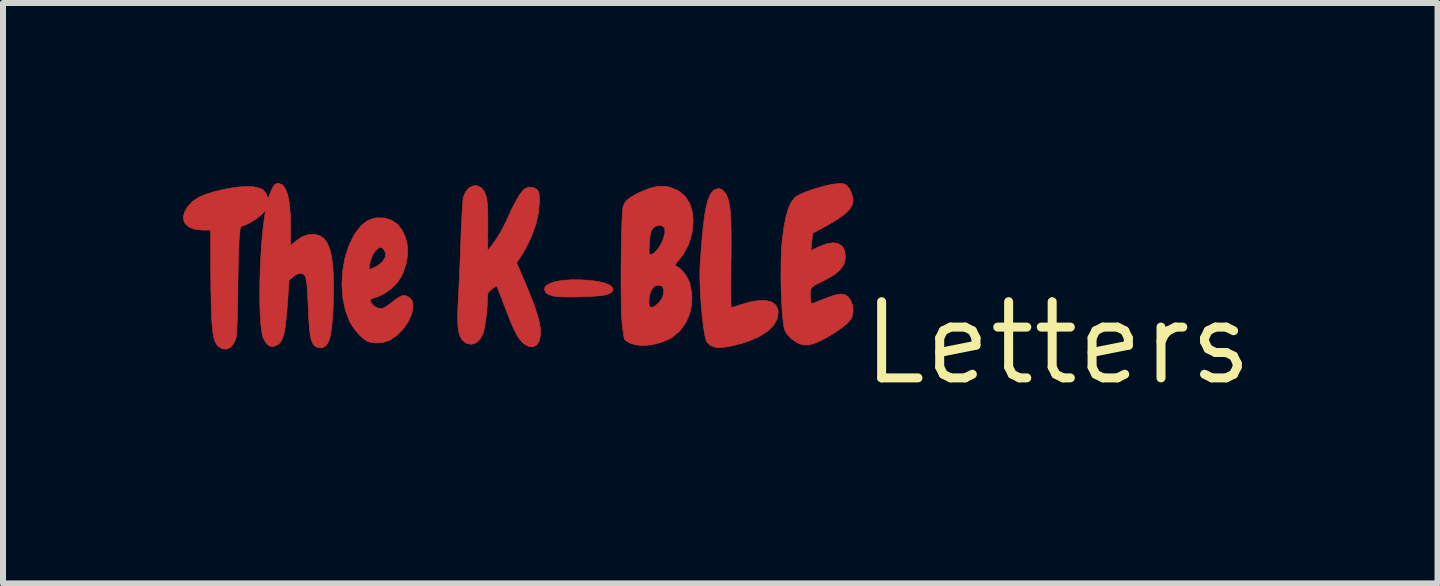
<source format=kicad_pcb>
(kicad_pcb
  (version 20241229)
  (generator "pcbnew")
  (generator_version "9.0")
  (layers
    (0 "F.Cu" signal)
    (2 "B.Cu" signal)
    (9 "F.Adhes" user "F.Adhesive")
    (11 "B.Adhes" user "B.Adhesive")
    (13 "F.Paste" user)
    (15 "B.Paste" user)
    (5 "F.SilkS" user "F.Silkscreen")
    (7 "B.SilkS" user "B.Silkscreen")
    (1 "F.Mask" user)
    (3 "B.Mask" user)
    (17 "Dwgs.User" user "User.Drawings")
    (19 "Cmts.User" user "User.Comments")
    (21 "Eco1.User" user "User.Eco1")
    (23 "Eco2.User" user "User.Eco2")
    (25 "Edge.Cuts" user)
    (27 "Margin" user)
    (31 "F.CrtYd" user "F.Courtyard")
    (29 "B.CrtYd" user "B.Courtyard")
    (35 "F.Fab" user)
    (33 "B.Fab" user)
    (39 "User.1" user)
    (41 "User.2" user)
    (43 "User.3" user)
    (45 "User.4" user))
  (footprint "Letters"
    (layer "F.Cu")
    (at 14.579 2.669)
    (property "Reference" "Letters" (at 0 0 0) (layer "F.SilkS") (effects (font (size 1.27 1.27) (thickness 0.15))))
    (attr through_hole)
    (fp_poly (pts (xy -7.95 -1.055) (xy -7.804 -1.046) (xy -7.668 -1.029) (xy -7.553 -1.003) (xy -7.468 -0.969) (xy -7.457 -0.962) (xy -7.415 -0.919) (xy -7.413 -0.876) (xy -7.45 -0.836) (xy -7.514 -0.808) (xy -7.573 -0.796) (xy -7.665 -0.786) (xy -7.78 -0.778) (xy -7.909 -0.773) (xy -8.042 -0.769) (xy -8.169 -0.769) (xy -8.28 -0.772) (xy -8.368 -0.778) (xy -8.412 -0.785) (xy -8.491 -0.811) (xy -8.535 -0.844) (xy -8.551 -0.891) (xy -8.551 -0.903) (xy -8.543 -0.939) (xy -8.511 -0.969) (xy -8.451 -1) (xy -8.358 -1.028) (xy -8.237 -1.047) (xy -8.098 -1.056) (xy -7.95 -1.055)) (stroke (width 0.01) (type solid)) (fill yes) (layer "F.Cu"))
    (fp_poly (pts (xy -5.595 -2.561) (xy -5.541 -2.505) (xy -5.525 -2.478) (xy -5.502 -2.426) (xy -5.484 -2.367) (xy -5.469 -2.296) (xy -5.457 -2.209) (xy -5.449 -2.102) (xy -5.444 -1.97) (xy -5.441 -1.809) (xy -5.441 -1.615) (xy -5.443 -1.384) (xy -5.444 -1.339) (xy -5.445 -1.166) (xy -5.446 -1.007) (xy -5.446 -0.867) (xy -5.445 -0.751) (xy -5.444 -0.664) (xy -5.442 -0.609) (xy -5.439 -0.593) (xy -5.413 -0.599) (xy -5.36 -0.616) (xy -5.308 -0.633) (xy -5.132 -0.685) (xy -4.981 -0.71) (xy -4.856 -0.709) (xy -4.76 -0.683) (xy -4.695 -0.632) (xy -4.661 -0.555) (xy -4.657 -0.508) (xy -4.677 -0.395) (xy -4.738 -0.29) (xy -4.839 -0.194) (xy -4.976 -0.107) (xy -5.15 -0.032) (xy -5.275 0.008) (xy -5.411 0.043) (xy -5.535 0.066) (xy -5.635 0.076) (xy -5.704 0.071) (xy -5.793 0.037) (xy -5.847 -0.018) (xy -5.861 -0.051) (xy -5.882 -0.137) (xy -5.901 -0.257) (xy -5.919 -0.402) (xy -5.935 -0.563) (xy -5.948 -0.733) (xy -5.957 -0.902) (xy -5.963 -1.062) (xy -5.963 -1.205) (xy -5.96 -1.291) (xy -5.941 -1.565) (xy -5.922 -1.799) (xy -5.901 -1.996) (xy -5.879 -2.159) (xy -5.853 -2.291) (xy -5.825 -2.394) (xy -5.793 -2.471) (xy -5.758 -2.524) (xy -5.726 -2.553) (xy -5.657 -2.577) (xy -5.595 -2.561)) (stroke (width 0.01) (type solid)) (fill yes) (layer "F.Cu"))
    (fp_poly (pts (xy -11.219 -2.086) (xy -11.102 -2.048) (xy -11.004 -1.98) (xy -10.927 -1.885) (xy -10.871 -1.768) (xy -10.84 -1.634) (xy -10.834 -1.488) (xy -10.857 -1.333) (xy -10.909 -1.174) (xy -10.94 -1.107) (xy -11.008 -1.007) (xy -11.104 -0.911) (xy -11.215 -0.83) (xy -11.326 -0.774) (xy -11.346 -0.768) (xy -11.414 -0.746) (xy -11.449 -0.73) (xy -11.458 -0.712) (xy -11.449 -0.686) (xy -11.445 -0.678) (xy -11.396 -0.618) (xy -11.329 -0.582) (xy -11.259 -0.578) (xy -11.257 -0.579) (xy -11.213 -0.599) (xy -11.151 -0.638) (xy -11.089 -0.686) (xy -11.002 -0.752) (xy -10.935 -0.788) (xy -10.88 -0.795) (xy -10.83 -0.775) (xy -10.803 -0.755) (xy -10.765 -0.716) (xy -10.748 -0.674) (xy -10.745 -0.611) (xy -10.745 -0.598) (xy -10.767 -0.48) (xy -10.822 -0.358) (xy -10.904 -0.24) (xy -11.004 -0.136) (xy -11.118 -0.056) (xy -11.143 -0.043) (xy -11.245 -0.011) (xy -11.358 -0.002) (xy -11.465 -0.016) (xy -11.504 -0.029) (xy -11.57 -0.072) (xy -11.644 -0.142) (xy -11.717 -0.228) (xy -11.779 -0.32) (xy -11.798 -0.354) (xy -11.87 -0.54) (xy -11.914 -0.747) (xy -11.93 -0.967) (xy -11.919 -1.192) (xy -11.913 -1.225) (xy -11.478 -1.225) (xy -11.396 -1.258) (xy -11.326 -1.297) (xy -11.262 -1.348) (xy -11.255 -1.355) (xy -11.208 -1.429) (xy -11.202 -1.501) (xy -11.234 -1.564) (xy -11.267 -1.594) (xy -11.301 -1.592) (xy -11.322 -1.582) (xy -11.374 -1.536) (xy -11.421 -1.46) (xy -11.455 -1.368) (xy -11.467 -1.311) (xy -11.478 -1.225) (xy -11.913 -1.225) (xy -11.881 -1.412) (xy -11.817 -1.618) (xy -11.727 -1.802) (xy -11.702 -1.841) (xy -11.611 -1.957) (xy -11.514 -2.034) (xy -11.407 -2.078) (xy -11.352 -2.088) (xy -11.219 -2.086)) (stroke (width 0.01) (type solid)) (fill yes) (layer "F.Cu"))
    (fp_poly (pts (xy -3.568 -2.656) (xy -3.513 -2.629) (xy -3.471 -2.577) (xy -3.45 -2.535) (xy -3.418 -2.447) (xy -3.41 -2.368) (xy -3.427 -2.295) (xy -3.473 -2.223) (xy -3.55 -2.149) (xy -3.661 -2.07) (xy -3.808 -1.981) (xy -3.873 -1.944) (xy -3.955 -1.899) (xy -4.022 -1.863) (xy -4.066 -1.839) (xy -4.079 -1.832) (xy -4.083 -1.811) (xy -4.09 -1.76) (xy -4.098 -1.688) (xy -4.098 -1.687) (xy -4.112 -1.544) (xy -3.977 -1.608) (xy -3.848 -1.657) (xy -3.738 -1.673) (xy -3.65 -1.657) (xy -3.585 -1.609) (xy -3.548 -1.53) (xy -3.544 -1.514) (xy -3.538 -1.408) (xy -3.562 -1.314) (xy -3.62 -1.228) (xy -3.714 -1.146) (xy -3.846 -1.067) (xy -3.916 -1.032) (xy -4.004 -0.989) (xy -4.061 -0.957) (xy -4.094 -0.929) (xy -4.111 -0.901) (xy -4.119 -0.873) (xy -4.123 -0.825) (xy -4.121 -0.765) (xy -4.115 -0.707) (xy -4.107 -0.667) (xy -4.099 -0.656) (xy -4.078 -0.664) (xy -4.027 -0.683) (xy -3.955 -0.712) (xy -3.914 -0.728) (xy -3.781 -0.779) (xy -3.679 -0.809) (xy -3.602 -0.818) (xy -3.542 -0.807) (xy -3.495 -0.774) (xy -3.454 -0.72) (xy -3.449 -0.713) (xy -3.417 -0.627) (xy -3.409 -0.529) (xy -3.427 -0.437) (xy -3.448 -0.395) (xy -3.503 -0.333) (xy -3.588 -0.261) (xy -3.694 -0.187) (xy -3.811 -0.115) (xy -3.929 -0.051) (xy -4.039 -0.001) (xy -4.131 0.029) (xy -4.16 0.033) (xy -4.259 0.027) (xy -4.328 -0.000063) (xy -4.434 -0.068) (xy -4.511 -0.148) (xy -4.55 -0.22) (xy -4.566 -0.291) (xy -4.579 -0.396) (xy -4.591 -0.53) (xy -4.6 -0.685) (xy -4.607 -0.855) (xy -4.611 -1.031) (xy -4.611 -1.207) (xy -4.609 -1.377) (xy -4.604 -1.533) (xy -4.595 -1.668) (xy -4.592 -1.696) (xy -4.565 -1.915) (xy -4.531 -2.094) (xy -4.491 -2.236) (xy -4.443 -2.344) (xy -4.386 -2.42) (xy -4.349 -2.451) (xy -4.277 -2.488) (xy -4.176 -2.529) (xy -4.056 -2.57) (xy -3.929 -2.607) (xy -3.807 -2.637) (xy -3.752 -2.647) (xy -3.644 -2.661) (xy -3.568 -2.656)) (stroke (width 0.01) (type solid)) (fill yes) (layer "F.Cu"))
    (fp_poly (pts (xy -9.61 -2.592) (xy -9.595 -2.577) (xy -9.562 -2.535) (xy -9.537 -2.486) (xy -9.519 -2.423) (xy -9.507 -2.342) (xy -9.5 -2.235) (xy -9.497 -2.098) (xy -9.497 -1.954) (xy -9.499 -1.547) (xy -9.451 -1.604) (xy -9.368 -1.717) (xy -9.283 -1.855) (xy -9.203 -2.007) (xy -9.155 -2.11) (xy -9.093 -2.247) (xy -9.029 -2.369) (xy -8.969 -2.47) (xy -8.916 -2.541) (xy -8.884 -2.572) (xy -8.812 -2.6) (xy -8.738 -2.595) (xy -8.678 -2.561) (xy -8.655 -2.53) (xy -8.642 -2.487) (xy -8.637 -2.42) (xy -8.636 -2.363) (xy -8.652 -2.177) (xy -8.699 -1.976) (xy -8.773 -1.77) (xy -8.87 -1.571) (xy -8.941 -1.454) (xy -9.017 -1.34) (xy -8.856 -0.961) (xy -8.773 -0.758) (xy -8.709 -0.587) (xy -8.663 -0.444) (xy -8.634 -0.324) (xy -8.62 -0.222) (xy -8.62 -0.133) (xy -8.62 -0.131) (xy -8.642 -0.031) (xy -8.686 0.034) (xy -8.748 0.064) (xy -8.82 0.056) (xy -8.9 0.008) (xy -8.924 -0.014) (xy -8.96 -0.055) (xy -8.995 -0.104) (xy -9.031 -0.167) (xy -9.071 -0.249) (xy -9.116 -0.356) (xy -9.171 -0.492) (xy -9.23 -0.646) (xy -9.27 -0.75) (xy -9.304 -0.839) (xy -9.331 -0.906) (xy -9.346 -0.944) (xy -9.349 -0.95) (xy -9.367 -0.944) (xy -9.407 -0.918) (xy -9.429 -0.901) (xy -9.474 -0.863) (xy -9.496 -0.827) (xy -9.503 -0.774) (xy -9.504 -0.734) (xy -9.508 -0.624) (xy -9.518 -0.501) (xy -9.533 -0.378) (xy -9.551 -0.267) (xy -9.571 -0.18) (xy -9.58 -0.154) (xy -9.628 -0.064) (xy -9.693 -0.005) (xy -9.767 0.02) (xy -9.844 0.008) (xy -9.88 -0.012) (xy -9.925 -0.054) (xy -9.959 -0.11) (xy -9.983 -0.187) (xy -9.996 -0.288) (xy -10.001 -0.418) (xy -9.997 -0.583) (xy -9.991 -0.695) (xy -9.985 -0.81) (xy -9.978 -0.959) (xy -9.97 -1.13) (xy -9.962 -1.316) (xy -9.955 -1.506) (xy -9.948 -1.691) (xy -9.948 -1.704) (xy -9.942 -1.87) (xy -9.935 -2.026) (xy -9.927 -2.165) (xy -9.92 -2.282) (xy -9.913 -2.371) (xy -9.907 -2.426) (xy -9.905 -2.436) (xy -9.867 -2.523) (xy -9.811 -2.586) (xy -9.744 -2.621) (xy -9.675 -2.624) (xy -9.61 -2.592)) (stroke (width 0.01) (type solid)) (fill yes) (layer "F.Cu"))
    (fp_poly (pts (xy -6.449 -2.595) (xy -6.314 -2.536) (xy -6.209 -2.447) (xy -6.133 -2.329) (xy -6.088 -2.184) (xy -6.075 -2.036) (xy -6.094 -1.829) (xy -6.152 -1.639) (xy -6.248 -1.467) (xy -6.322 -1.375) (xy -6.363 -1.327) (xy -6.378 -1.301) (xy -6.369 -1.288) (xy -6.353 -1.281) (xy -6.297 -1.247) (xy -6.237 -1.185) (xy -6.181 -1.106) (xy -6.139 -1.022) (xy -6.129 -0.992) (xy -6.096 -0.817) (xy -6.099 -0.644) (xy -6.135 -0.48) (xy -6.203 -0.33) (xy -6.299 -0.2) (xy -6.422 -0.098) (xy -6.469 -0.07) (xy -6.619 -0.007) (xy -6.778 0.031) (xy -6.931 0.041) (xy -7.038 0.028) (xy -7.127 0.001) (xy -7.192 -0.036) (xy -7.218 -0.064) (xy -7.228 -0.099) (xy -7.239 -0.167) (xy -7.251 -0.257) (xy -7.262 -0.361) (xy -7.262 -0.362) (xy -7.268 -0.446) (xy -7.272 -0.561) (xy -7.274 -0.675) (xy -6.813 -0.675) (xy -6.805 -0.618) (xy -6.779 -0.595) (xy -6.734 -0.606) (xy -6.699 -0.627) (xy -6.639 -0.681) (xy -6.594 -0.749) (xy -6.568 -0.821) (xy -6.564 -0.887) (xy -6.584 -0.937) (xy -6.602 -0.952) (xy -6.666 -0.966) (xy -6.724 -0.943) (xy -6.771 -0.887) (xy -6.801 -0.803) (xy -6.806 -0.771) (xy -6.813 -0.675) (xy -7.274 -0.675) (xy -7.275 -0.701) (xy -7.276 -0.86) (xy -7.277 -1.033) (xy -7.277 -1.214) (xy -7.275 -1.398) (xy -7.274 -1.531) (xy -6.809 -1.531) (xy -6.806 -1.488) (xy -6.804 -1.48) (xy -6.778 -1.472) (xy -6.737 -1.495) (xy -6.686 -1.544) (xy -6.642 -1.6) (xy -6.597 -1.679) (xy -6.564 -1.764) (xy -6.546 -1.843) (xy -6.547 -1.904) (xy -6.554 -1.922) (xy -6.598 -1.958) (xy -6.658 -1.963) (xy -6.719 -1.938) (xy -6.738 -1.921) (xy -6.764 -1.889) (xy -6.781 -1.847) (xy -6.793 -1.785) (xy -6.803 -1.692) (xy -6.803 -1.687) (xy -6.808 -1.601) (xy -6.809 -1.531) (xy -7.274 -1.531) (xy -7.273 -1.578) (xy -7.27 -1.75) (xy -7.266 -1.906) (xy -7.261 -2.043) (xy -7.256 -2.153) (xy -7.249 -2.232) (xy -7.243 -2.27) (xy -7.222 -2.327) (xy -7.187 -2.375) (xy -7.13 -2.421) (xy -7.045 -2.472) (xy -6.974 -2.509) (xy -6.813 -2.578) (xy -6.668 -2.612) (xy -6.535 -2.613) (xy -6.449 -2.595)) (stroke (width 0.01) (type solid)) (fill yes) (layer "F.Cu"))
    (fp_poly (pts (xy -12.919 -2.636) (xy -12.87 -2.571) (xy -12.832 -2.467) (xy -12.805 -2.325) (xy -12.79 -2.142) (xy -12.785 -1.94) (xy -12.785 -1.625) (xy -12.707 -1.694) (xy -12.595 -1.773) (xy -12.484 -1.812) (xy -12.387 -1.814) (xy -12.299 -1.791) (xy -12.227 -1.741) (xy -12.17 -1.661) (xy -12.127 -1.55) (xy -12.097 -1.404) (xy -12.077 -1.221) (xy -12.071 -1.101) (xy -12.068 -0.932) (xy -12.07 -0.759) (xy -12.076 -0.588) (xy -12.086 -0.426) (xy -12.099 -0.281) (xy -12.116 -0.16) (xy -12.135 -0.069) (xy -12.148 -0.03) (xy -12.197 0.045) (xy -12.257 0.08) (xy -12.327 0.075) (xy -12.36 0.061) (xy -12.393 0.036) (xy -12.42 -0.001) (xy -12.441 -0.055) (xy -12.457 -0.131) (xy -12.47 -0.233) (xy -12.48 -0.367) (xy -12.489 -0.538) (xy -12.49 -0.572) (xy -12.497 -0.736) (xy -12.504 -0.863) (xy -12.511 -0.959) (xy -12.52 -1.029) (xy -12.53 -1.079) (xy -12.542 -1.113) (xy -12.557 -1.138) (xy -12.601 -1.162) (xy -12.661 -1.155) (xy -12.727 -1.12) (xy -12.744 -1.105) (xy -12.811 -1.046) (xy -12.839 -0.637) (xy -12.854 -0.453) (xy -12.87 -0.306) (xy -12.888 -0.192) (xy -12.91 -0.106) (xy -12.937 -0.042) (xy -12.97 0.003) (xy -12.99 0.021) (xy -13.062 0.057) (xy -13.128 0.052) (xy -13.187 0.009) (xy -13.235 -0.072) (xy -13.249 -0.109) (xy -13.267 -0.195) (xy -13.282 -0.317) (xy -13.292 -0.468) (xy -13.298 -0.645) (xy -13.299 -0.839) (xy -13.297 -1.045) (xy -13.29 -1.258) (xy -13.28 -1.471) (xy -13.266 -1.678) (xy -13.248 -1.873) (xy -13.227 -2.051) (xy -13.216 -2.125) (xy -13.203 -2.208) (xy -13.283 -2.131) (xy -13.337 -2.087) (xy -13.407 -2.039) (xy -13.483 -1.996) (xy -13.551 -1.963) (xy -13.6 -1.948) (xy -13.606 -1.947) (xy -13.618 -1.93) (xy -13.629 -1.879) (xy -13.638 -1.791) (xy -13.646 -1.666) (xy -13.653 -1.504) (xy -13.658 -1.302) (xy -13.662 -1.059) (xy -13.664 -0.886) (xy -13.667 -0.675) (xy -13.671 -0.491) (xy -13.676 -0.336) (xy -13.682 -0.214) (xy -13.688 -0.129) (xy -13.695 -0.084) (xy -13.734 0.01) (xy -13.79 0.073) (xy -13.856 0.102) (xy -13.927 0.093) (xy -13.965 0.073) (xy -14.008 0.035) (xy -14.04 -0.014) (xy -14.063 -0.082) (xy -14.081 -0.175) (xy -14.093 -0.3) (xy -14.099 -0.38) (xy -14.103 -0.48) (xy -14.108 -0.613) (xy -14.111 -0.77) (xy -14.114 -0.942) (xy -14.116 -1.119) (xy -14.117 -1.275) (xy -14.118 -1.884) (xy -14.25 -1.884) (xy -14.377 -1.896) (xy -14.476 -1.932) (xy -14.542 -1.989) (xy -14.558 -2.016) (xy -14.574 -2.095) (xy -14.554 -2.182) (xy -14.504 -2.271) (xy -14.427 -2.354) (xy -14.329 -2.423) (xy -14.31 -2.434) (xy -14.197 -2.481) (xy -14.059 -2.524) (xy -13.906 -2.561) (xy -13.751 -2.589) (xy -13.603 -2.607) (xy -13.475 -2.611) (xy -13.399 -2.605) (xy -13.302 -2.583) (xy -13.238 -2.55) (xy -13.197 -2.499) (xy -13.186 -2.475) (xy -13.159 -2.409) (xy -13.122 -2.507) (xy -13.085 -2.592) (xy -13.051 -2.641) (xy -13.014 -2.662) (xy -12.979 -2.663) (xy -12.919 -2.636)) (stroke (width 0.01) (type solid)) (fill yes) (layer "F.Cu"))
    (fp_poly (pts (xy -7.929 -1.055) (xy -7.787 -1.044) (xy -7.656 -1.025) (xy -7.546 -1) (xy -7.467 -0.968) (xy -7.457 -0.962) (xy -7.415 -0.919) (xy -7.413 -0.876) (xy -7.45 -0.836) (xy -7.514 -0.808) (xy -7.573 -0.796) (xy -7.665 -0.786) (xy -7.78 -0.778) (xy -7.909 -0.773) (xy -8.042 -0.769) (xy -8.169 -0.769) (xy -8.28 -0.772) (xy -8.368 -0.778) (xy -8.412 -0.785) (xy -8.491 -0.811) (xy -8.535 -0.844) (xy -8.551 -0.891) (xy -8.551 -0.902) (xy -8.536 -0.946) (xy -8.486 -0.984) (xy -8.399 -1.016) (xy -8.323 -1.035) (xy -8.206 -1.051) (xy -8.072 -1.058) (xy -7.929 -1.055)) (stroke (width 0.01) (type solid)) (fill yes) (layer "F.Mask"))
    (fp_poly (pts (xy -5.574 -2.539) (xy -5.52 -2.462) (xy -5.498 -2.415) (xy -5.486 -2.384) (xy -5.477 -2.354) (xy -5.469 -2.321) (xy -5.463 -2.279) (xy -5.458 -2.225) (xy -5.455 -2.153) (xy -5.453 -2.061) (xy -5.451 -1.942) (xy -5.451 -1.793) (xy -5.45 -1.61) (xy -5.45 -1.445) (xy -5.45 -1.259) (xy -5.449 -1.088) (xy -5.448 -0.935) (xy -5.447 -0.805) (xy -5.445 -0.702) (xy -5.443 -0.631) (xy -5.441 -0.596) (xy -5.44 -0.593) (xy -5.416 -0.599) (xy -5.362 -0.615) (xy -5.289 -0.638) (xy -5.271 -0.644) (xy -5.098 -0.689) (xy -4.951 -0.71) (xy -4.832 -0.706) (xy -4.742 -0.676) (xy -4.689 -0.63) (xy -4.664 -0.563) (xy -4.658 -0.479) (xy -4.674 -0.395) (xy -4.687 -0.362) (xy -4.738 -0.292) (xy -4.816 -0.216) (xy -4.911 -0.145) (xy -4.993 -0.096) (xy -5.102 -0.049) (xy -5.227 -0.006) (xy -5.357 0.03) (xy -5.484 0.056) (xy -5.596 0.071) (xy -5.684 0.072) (xy -5.715 0.067) (xy -5.785 0.041) (xy -5.83 0.003) (xy -5.86 -0.061) (xy -5.874 -0.115) (xy -5.904 -0.276) (xy -5.927 -0.464) (xy -5.943 -0.673) (xy -5.952 -0.897) (xy -5.955 -1.129) (xy -5.95 -1.362) (xy -5.94 -1.591) (xy -5.924 -1.809) (xy -5.901 -2.01) (xy -5.873 -2.188) (xy -5.839 -2.336) (xy -5.802 -2.445) (xy -5.751 -2.529) (xy -5.694 -2.572) (xy -5.633 -2.575) (xy -5.574 -2.539)) (stroke (width 0.01) (type solid)) (fill yes) (layer "F.Mask"))
    (fp_poly (pts (xy -11.194 -2.083) (xy -11.083 -2.037) (xy -10.988 -1.96) (xy -10.912 -1.854) (xy -10.86 -1.724) (xy -10.836 -1.574) (xy -10.835 -1.529) (xy -10.854 -1.34) (xy -10.909 -1.17) (xy -10.998 -1.022) (xy -11.117 -0.898) (xy -11.264 -0.804) (xy -11.391 -0.754) (xy -11.442 -0.737) (xy -11.459 -0.719) (xy -11.451 -0.69) (xy -11.445 -0.678) (xy -11.396 -0.617) (xy -11.328 -0.581) (xy -11.258 -0.578) (xy -11.256 -0.579) (xy -11.212 -0.599) (xy -11.15 -0.638) (xy -11.086 -0.687) (xy -10.999 -0.752) (xy -10.934 -0.787) (xy -10.881 -0.795) (xy -10.832 -0.777) (xy -10.803 -0.755) (xy -10.764 -0.714) (xy -10.747 -0.669) (xy -10.746 -0.607) (xy -10.757 -0.526) (xy -10.782 -0.44) (xy -10.792 -0.414) (xy -10.843 -0.327) (xy -10.918 -0.232) (xy -11.005 -0.144) (xy -11.092 -0.073) (xy -11.143 -0.043) (xy -11.245 -0.011) (xy -11.359 -0.002) (xy -11.466 -0.016) (xy -11.504 -0.029) (xy -11.591 -0.087) (xy -11.678 -0.179) (xy -11.759 -0.298) (xy -11.83 -0.436) (xy -11.884 -0.585) (xy -11.898 -0.635) (xy -11.916 -0.745) (xy -11.925 -0.883) (xy -11.924 -1.036) (xy -11.915 -1.19) (xy -11.904 -1.278) (xy -11.472 -1.278) (xy -11.47 -1.246) (xy -11.457 -1.237) (xy -11.42 -1.249) (xy -11.393 -1.259) (xy -11.325 -1.298) (xy -11.261 -1.35) (xy -11.253 -1.358) (xy -11.214 -1.409) (xy -11.201 -1.456) (xy -11.205 -1.499) (xy -11.219 -1.553) (xy -11.238 -1.586) (xy -11.241 -1.588) (xy -11.289 -1.596) (xy -11.344 -1.574) (xy -11.375 -1.547) (xy -11.407 -1.496) (xy -11.439 -1.422) (xy -11.463 -1.343) (xy -11.472 -1.278) (xy -11.472 -1.278) (xy -11.904 -1.278) (xy -11.897 -1.333) (xy -11.877 -1.429) (xy -11.819 -1.606) (xy -11.745 -1.763) (xy -11.66 -1.894) (xy -11.566 -1.994) (xy -11.468 -2.059) (xy -11.448 -2.067) (xy -11.317 -2.094) (xy -11.194 -2.083)) (stroke (width 0.01) (type solid)) (fill yes) (layer "F.Mask"))
    (fp_poly (pts (xy -3.56 -2.655) (xy -3.521 -2.629) (xy -3.51 -2.619) (xy -3.446 -2.533) (xy -3.417 -2.43) (xy -3.423 -2.324) (xy -3.43 -2.301) (xy -3.464 -2.239) (xy -3.526 -2.173) (xy -3.618 -2.099) (xy -3.743 -2.017) (xy -3.903 -1.925) (xy -4.079 -1.832) (xy -4.083 -1.811) (xy -4.09 -1.76) (xy -4.098 -1.688) (xy -4.098 -1.687) (xy -4.112 -1.544) (xy -3.977 -1.608) (xy -3.846 -1.658) (xy -3.737 -1.673) (xy -3.649 -1.655) (xy -3.586 -1.604) (xy -3.548 -1.521) (xy -3.541 -1.477) (xy -3.544 -1.376) (xy -3.578 -1.284) (xy -3.646 -1.199) (xy -3.75 -1.119) (xy -3.894 -1.039) (xy -3.953 -1.011) (xy -4.031 -0.974) (xy -4.079 -0.945) (xy -4.105 -0.917) (xy -4.117 -0.883) (xy -4.119 -0.873) (xy -4.124 -0.802) (xy -4.118 -0.729) (xy -4.118 -0.728) (xy -4.104 -0.679) (xy -4.085 -0.664) (xy -4.068 -0.668) (xy -4.034 -0.681) (xy -3.97 -0.705) (xy -3.887 -0.735) (xy -3.824 -0.758) (xy -3.71 -0.796) (xy -3.627 -0.815) (xy -3.565 -0.813) (xy -3.517 -0.791) (xy -3.475 -0.748) (xy -3.456 -0.722) (xy -3.42 -0.639) (xy -3.408 -0.544) (xy -3.42 -0.454) (xy -3.444 -0.402) (xy -3.505 -0.334) (xy -3.593 -0.26) (xy -3.7 -0.184) (xy -3.817 -0.111) (xy -3.935 -0.047) (xy -4.046 0.003) (xy -4.141 0.034) (xy -4.198 0.042) (xy -4.241 0.032) (xy -4.304 0.004) (xy -4.36 -0.026) (xy -4.428 -0.072) (xy -4.485 -0.12) (xy -4.513 -0.149) (xy -4.536 -0.191) (xy -4.555 -0.25) (xy -4.57 -0.33) (xy -4.582 -0.435) (xy -4.59 -0.568) (xy -4.596 -0.733) (xy -4.6 -0.934) (xy -4.601 -1.111) (xy -4.601 -1.302) (xy -4.6 -1.456) (xy -4.598 -1.582) (xy -4.594 -1.684) (xy -4.587 -1.769) (xy -4.579 -1.844) (xy -4.568 -1.916) (xy -4.564 -1.937) (xy -4.524 -2.12) (xy -4.481 -2.262) (xy -4.433 -2.362) (xy -4.397 -2.408) (xy -4.329 -2.456) (xy -4.228 -2.506) (xy -4.105 -2.554) (xy -3.968 -2.597) (xy -3.827 -2.633) (xy -3.692 -2.657) (xy -3.672 -2.659) (xy -3.604 -2.664) (xy -3.56 -2.655)) (stroke (width 0.01) (type solid)) (fill yes) (layer "F.Mask"))
    (fp_poly (pts (xy -9.604 -2.587) (xy -9.595 -2.577) (xy -9.562 -2.535) (xy -9.538 -2.486) (xy -9.52 -2.424) (xy -9.508 -2.342) (xy -9.501 -2.236) (xy -9.498 -2.098) (xy -9.498 -1.952) (xy -9.501 -1.543) (xy -9.44 -1.619) (xy -9.352 -1.74) (xy -9.271 -1.874) (xy -9.19 -2.033) (xy -9.151 -2.119) (xy -9.078 -2.273) (xy -9.01 -2.401) (xy -8.949 -2.498) (xy -8.897 -2.561) (xy -8.871 -2.581) (xy -8.795 -2.602) (xy -8.721 -2.59) (xy -8.678 -2.561) (xy -8.655 -2.53) (xy -8.642 -2.487) (xy -8.637 -2.42) (xy -8.636 -2.364) (xy -8.653 -2.175) (xy -8.701 -1.972) (xy -8.777 -1.765) (xy -8.877 -1.563) (xy -8.934 -1.469) (xy -9.018 -1.34) (xy -8.881 -1.019) (xy -8.805 -0.836) (xy -8.745 -0.685) (xy -8.699 -0.561) (xy -8.666 -0.458) (xy -8.644 -0.369) (xy -8.632 -0.289) (xy -8.626 -0.212) (xy -8.626 -0.183) (xy -8.627 -0.098) (xy -8.632 -0.043) (xy -8.645 -0.009) (xy -8.667 0.016) (xy -8.675 0.023) (xy -8.743 0.058) (xy -8.815 0.054) (xy -8.879 0.024) (xy -8.927 -0.015) (xy -8.975 -0.077) (xy -9.027 -0.166) (xy -9.084 -0.284) (xy -9.148 -0.437) (xy -9.209 -0.593) (xy -9.252 -0.706) (xy -9.29 -0.805) (xy -9.321 -0.883) (xy -9.341 -0.934) (xy -9.348 -0.95) (xy -9.367 -0.944) (xy -9.407 -0.918) (xy -9.426 -0.904) (xy -9.497 -0.849) (xy -9.512 -0.61) (xy -9.528 -0.419) (xy -9.552 -0.268) (xy -9.584 -0.152) (xy -9.626 -0.068) (xy -9.68 -0.013) (xy -9.723 0.009) (xy -9.802 0.017) (xy -9.878 -0.013) (xy -9.931 -0.064) (xy -9.963 -0.125) (xy -9.984 -0.212) (xy -9.996 -0.328) (xy -9.998 -0.478) (xy -9.991 -0.664) (xy -9.99 -0.681) (xy -9.984 -0.787) (xy -9.978 -0.926) (xy -9.971 -1.09) (xy -9.963 -1.271) (xy -9.956 -1.458) (xy -9.949 -1.644) (xy -9.948 -1.683) (xy -9.942 -1.852) (xy -9.935 -2.011) (xy -9.927 -2.153) (xy -9.919 -2.274) (xy -9.912 -2.366) (xy -9.905 -2.425) (xy -9.902 -2.44) (xy -9.861 -2.527) (xy -9.803 -2.589) (xy -9.736 -2.621) (xy -9.667 -2.622) (xy -9.604 -2.587)) (stroke (width 0.01) (type solid)) (fill yes) (layer "F.Mask"))
    (fp_poly (pts (xy -6.414 -2.584) (xy -6.293 -2.52) (xy -6.193 -2.426) (xy -6.121 -2.306) (xy -6.109 -2.274) (xy -6.077 -2.118) (xy -6.077 -1.948) (xy -6.108 -1.774) (xy -6.168 -1.608) (xy -6.255 -1.458) (xy -6.305 -1.395) (xy -6.385 -1.304) (xy -6.299 -1.239) (xy -6.21 -1.153) (xy -6.149 -1.044) (xy -6.113 -0.907) (xy -6.1 -0.781) (xy -6.108 -0.59) (xy -6.152 -0.422) (xy -6.231 -0.276) (xy -6.344 -0.155) (xy -6.491 -0.059) (xy -6.582 -0.019) (xy -6.719 0.019) (xy -6.864 0.035) (xy -7.002 0.029) (xy -7.101 0.006) (xy -7.138 -0.008) (xy -7.168 -0.023) (xy -7.194 -0.044) (xy -7.214 -0.073) (xy -7.23 -0.115) (xy -7.243 -0.172) (xy -7.252 -0.249) (xy -7.259 -0.349) (xy -7.263 -0.476) (xy -7.266 -0.633) (xy -7.266 -0.675) (xy -6.813 -0.675) (xy -6.805 -0.617) (xy -6.779 -0.596) (xy -6.733 -0.608) (xy -6.684 -0.638) (xy -6.636 -0.686) (xy -6.593 -0.75) (xy -6.562 -0.819) (xy -6.55 -0.877) (xy -6.553 -0.898) (xy -6.59 -0.943) (xy -6.645 -0.964) (xy -6.682 -0.96) (xy -6.745 -0.925) (xy -6.784 -0.867) (xy -6.805 -0.779) (xy -6.806 -0.771) (xy -6.813 -0.675) (xy -7.266 -0.675) (xy -7.268 -0.823) (xy -7.268 -1.051) (xy -7.269 -1.164) (xy -7.269 -1.414) (xy -7.269 -1.579) (xy -6.809 -1.579) (xy -6.807 -1.504) (xy -6.794 -1.466) (xy -6.769 -1.464) (xy -6.73 -1.494) (xy -6.681 -1.548) (xy -6.623 -1.631) (xy -6.576 -1.727) (xy -6.547 -1.821) (xy -6.54 -1.873) (xy -6.557 -1.93) (xy -6.598 -1.962) (xy -6.657 -1.965) (xy -6.723 -1.937) (xy -6.736 -1.927) (xy -6.761 -1.903) (xy -6.778 -1.871) (xy -6.79 -1.823) (xy -6.798 -1.747) (xy -6.803 -1.694) (xy -6.809 -1.579) (xy -7.269 -1.579) (xy -7.269 -1.625) (xy -7.267 -1.801) (xy -7.265 -1.946) (xy -7.26 -2.062) (xy -7.254 -2.154) (xy -7.247 -2.225) (xy -7.236 -2.279) (xy -7.223 -2.319) (xy -7.208 -2.349) (xy -7.189 -2.373) (xy -7.179 -2.382) (xy -7.111 -2.433) (xy -7.015 -2.487) (xy -6.905 -2.538) (xy -6.795 -2.58) (xy -6.699 -2.607) (xy -6.695 -2.607) (xy -6.55 -2.615) (xy -6.414 -2.584)) (stroke (width 0.01) (type solid)) (fill yes) (layer "F.Mask"))
    (fp_poly (pts (xy -12.919 -2.636) (xy -12.87 -2.573) (xy -12.833 -2.471) (xy -12.806 -2.33) (xy -12.79 -2.15) (xy -12.785 -1.935) (xy -12.785 -1.615) (xy -12.703 -1.693) (xy -12.607 -1.762) (xy -12.497 -1.804) (xy -12.388 -1.816) (xy -12.352 -1.811) (xy -12.274 -1.776) (xy -12.203 -1.703) (xy -12.146 -1.599) (xy -12.118 -1.517) (xy -12.098 -1.42) (xy -12.083 -1.293) (xy -12.074 -1.143) (xy -12.069 -0.979) (xy -12.069 -0.806) (xy -12.073 -0.634) (xy -12.082 -0.467) (xy -12.095 -0.316) (xy -12.111 -0.185) (xy -12.132 -0.084) (xy -12.152 -0.028) (xy -12.203 0.047) (xy -12.263 0.081) (xy -12.332 0.074) (xy -12.358 0.061) (xy -12.392 0.036) (xy -12.419 -0.001) (xy -12.44 -0.054) (xy -12.456 -0.129) (xy -12.469 -0.229) (xy -12.478 -0.361) (xy -12.486 -0.529) (xy -12.488 -0.584) (xy -12.496 -0.765) (xy -12.505 -0.907) (xy -12.518 -1.014) (xy -12.536 -1.089) (xy -12.559 -1.137) (xy -12.59 -1.161) (xy -12.63 -1.164) (xy -12.68 -1.151) (xy -12.697 -1.144) (xy -12.734 -1.125) (xy -12.763 -1.099) (xy -12.785 -1.06) (xy -12.802 -1.003) (xy -12.815 -0.921) (xy -12.827 -0.808) (xy -12.838 -0.66) (xy -12.839 -0.646) (xy -12.85 -0.492) (xy -12.86 -0.373) (xy -12.87 -0.283) (xy -12.881 -0.214) (xy -12.894 -0.16) (xy -12.911 -0.113) (xy -12.932 -0.066) (xy -12.936 -0.059) (xy -12.99 0.019) (xy -13.051 0.057) (xy -13.114 0.058) (xy -13.174 0.02) (xy -13.224 -0.053) (xy -13.251 -0.124) (xy -13.27 -0.218) (xy -13.284 -0.348) (xy -13.293 -0.507) (xy -13.298 -0.69) (xy -13.299 -0.891) (xy -13.295 -1.103) (xy -13.287 -1.32) (xy -13.275 -1.537) (xy -13.259 -1.746) (xy -13.239 -1.942) (xy -13.216 -2.119) (xy -13.215 -2.127) (xy -13.201 -2.212) (xy -13.295 -2.127) (xy -13.37 -2.068) (xy -13.46 -2.013) (xy -13.507 -1.989) (xy -13.626 -1.937) (xy -13.641 -1.789) (xy -13.645 -1.732) (xy -13.649 -1.639) (xy -13.653 -1.516) (xy -13.657 -1.37) (xy -13.66 -1.206) (xy -13.663 -1.031) (xy -13.664 -0.91) (xy -13.667 -0.686) (xy -13.672 -0.493) (xy -13.677 -0.335) (xy -13.683 -0.213) (xy -13.69 -0.129) (xy -13.697 -0.09) (xy -13.737 0.007) (xy -13.791 0.072) (xy -13.857 0.101) (xy -13.927 0.094) (xy -13.965 0.073) (xy -14.007 0.036) (xy -14.039 -0.012) (xy -14.062 -0.077) (xy -14.079 -0.168) (xy -14.092 -0.289) (xy -14.099 -0.391) (xy -14.103 -0.494) (xy -14.108 -0.631) (xy -14.111 -0.791) (xy -14.114 -0.965) (xy -14.116 -1.143) (xy -14.117 -1.286) (xy -14.118 -1.884) (xy -14.247 -1.884) (xy -14.363 -1.895) (xy -14.462 -1.925) (xy -14.533 -1.97) (xy -14.543 -1.981) (xy -14.566 -2.038) (xy -14.567 -2.114) (xy -14.547 -2.197) (xy -14.515 -2.259) (xy -14.439 -2.341) (xy -14.327 -2.415) (xy -14.184 -2.482) (xy -14.016 -2.537) (xy -13.829 -2.579) (xy -13.682 -2.6) (xy -13.516 -2.611) (xy -13.386 -2.604) (xy -13.289 -2.577) (xy -13.222 -2.531) (xy -13.186 -2.475) (xy -13.159 -2.409) (xy -13.122 -2.507) (xy -13.085 -2.592) (xy -13.051 -2.641) (xy -13.014 -2.662) (xy -12.979 -2.663) (xy -12.919 -2.636)) (stroke (width 0.01) (type solid)) (fill yes) (layer "F.Mask")))
  (gr_rect
    (start -3 -3)
    (end 20.912 6.675)
    (stroke (width 0.1) (type default))
    (fill no)
    (layer "Edge.Cuts")))
</source>
